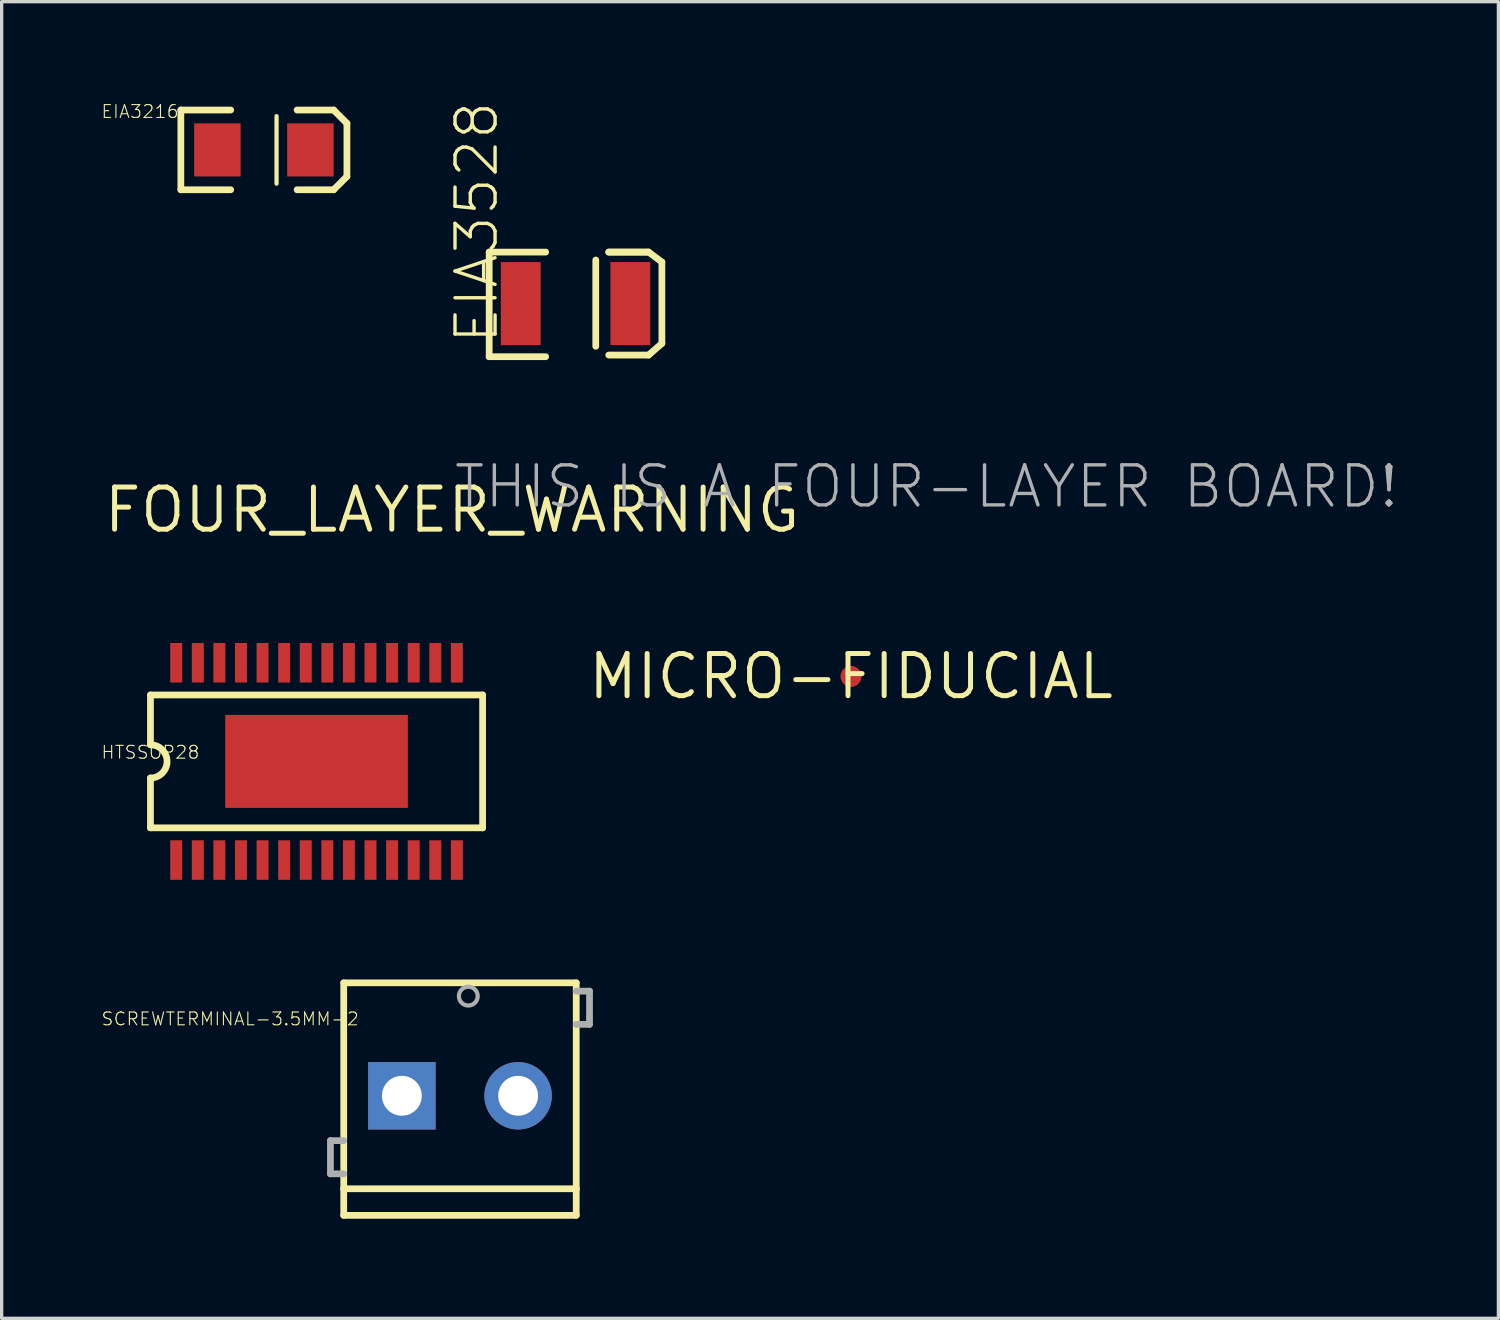
<source format=kicad_pcb>
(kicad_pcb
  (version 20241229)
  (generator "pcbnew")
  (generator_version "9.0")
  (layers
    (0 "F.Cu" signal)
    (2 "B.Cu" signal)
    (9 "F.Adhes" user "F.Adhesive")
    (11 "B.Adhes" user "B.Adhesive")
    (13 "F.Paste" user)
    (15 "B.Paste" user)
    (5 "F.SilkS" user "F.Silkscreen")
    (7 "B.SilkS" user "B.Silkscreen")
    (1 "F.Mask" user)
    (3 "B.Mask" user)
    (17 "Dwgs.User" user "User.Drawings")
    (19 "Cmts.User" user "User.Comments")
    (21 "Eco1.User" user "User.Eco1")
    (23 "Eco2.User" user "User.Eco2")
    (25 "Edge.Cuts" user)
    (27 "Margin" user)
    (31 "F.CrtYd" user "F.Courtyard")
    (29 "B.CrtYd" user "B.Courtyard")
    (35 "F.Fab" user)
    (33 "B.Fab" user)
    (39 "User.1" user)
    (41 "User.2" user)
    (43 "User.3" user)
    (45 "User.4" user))
  (footprint "FOUR_LAYER_WARNING"
    (layer "F.Cu")
    (at 10.56 12.303)
    (property "Reference" "FOUR_LAYER_WARNING" (at 0 0 0) (layer "F.SilkS") (effects (font (size 1.27 1.27) (thickness 0.15))))
    (attr through_hole)
    (fp_text user "THIS IS A FOUR-LAYER BOARD!" (at 0 0 0) (layer "F.Fab") (effects (font (size 1.206 1.206) (thickness 0.102)) (justify left bottom))))
  (footprint "SCREWTERMINAL-3.5MM-2"
    (layer "F.Cu")
    (at 9.049 29.941)
    (property "Reference" "SCREWTERMINAL-3.5MM-2" (at -1.27 -2.54 0) (layer "F.SilkS") (effects (font (size 0.386 0.386) (thickness 0.033)) (justify right top)))
    (attr through_hole)
    (fp_line (start -1.75 -3.4) (end 5.25 -3.4) (stroke (width 0.203) (type solid)) (layer "F.SilkS"))
    (fp_line (start -1.75 2.8) (end -1.75 -3.4) (stroke (width 0.203) (type solid)) (layer "F.SilkS"))
    (fp_line (start -1.75 3.6) (end -1.75 2.8) (stroke (width 0.203) (type solid)) (layer "F.SilkS"))
    (fp_line (start 5.25 -3.4) (end 5.25 2.8) (stroke (width 0.203) (type solid)) (layer "F.SilkS"))
    (fp_line (start 5.25 2.8) (end -1.75 2.8) (stroke (width 0.203) (type solid)) (layer "F.SilkS"))
    (fp_line (start 5.25 2.8) (end 5.25 3.6) (stroke (width 0.203) (type solid)) (layer "F.SilkS"))
    (fp_line (start 5.25 3.6) (end -1.75 3.6) (stroke (width 0.203) (type solid)) (layer "F.SilkS"))
    (fp_line (start -2.15 1.35) (end -2.15 2.35) (stroke (width 0.203) (type solid)) (layer "F.Fab"))
    (fp_line (start -2.15 2.35) (end -1.75 2.35) (stroke (width 0.203) (type solid)) (layer "F.Fab"))
    (fp_line (start -1.75 1.35) (end -2.15 1.35) (stroke (width 0.203) (type solid)) (layer "F.Fab"))
    (fp_line (start 5.25 -3.15) (end 5.65 -3.15) (stroke (width 0.203) (type solid)) (layer "F.Fab"))
    (fp_line (start 5.65 -3.15) (end 5.65 -2.15) (stroke (width 0.203) (type solid)) (layer "F.Fab"))
    (fp_line (start 5.65 -2.15) (end 5.25 -2.15) (stroke (width 0.203) (type solid)) (layer "F.Fab"))
    (fp_circle (center 2 -3) (end 2.283 -3) (stroke (width 0.127) (type solid)) (fill no) (layer "F.Fab"))
    (pad "1" thru_hole rect (at 0 0) (size 2.032 2.032) (drill 1.2) (layers "*.Cu" "*.Mask"))
    (pad "2" thru_hole circle (at 3.5 0) (size 2.032 2.032) (drill 1.2) (layers "*.Cu" "*.Mask")))
  (footprint "EIA3216"
    (layer "F.Cu")
    (at 4.895 1.463)
    (property "Reference" "EIA3216" (at -2.54 -1.381 0) (layer "F.SilkS") (effects (font (size 0.386 0.386) (thickness 0.033)) (justify right top)))
    (attr through_hole)
    (fp_line (start -2.5 -1.2) (end -1 -1.2) (stroke (width 0.203) (type solid)) (layer "F.SilkS"))
    (fp_line (start -2.5 1.2) (end -2.5 -1.2) (stroke (width 0.203) (type solid)) (layer "F.SilkS"))
    (fp_line (start -1 1.2) (end -2.5 1.2) (stroke (width 0.203) (type solid)) (layer "F.SilkS"))
    (fp_line (start 0.381 -1.016) (end 0.381 1.016) (stroke (width 0.127) (type solid)) (layer "F.SilkS"))
    (fp_line (start 1 1.2) (end 2.1 1.2) (stroke (width 0.203) (type solid)) (layer "F.SilkS"))
    (fp_line (start 2.1 -1.2) (end 1 -1.2) (stroke (width 0.203) (type solid)) (layer "F.SilkS"))
    (fp_line (start 2.1 1.2) (end 2.5 0.8) (stroke (width 0.203) (type solid)) (layer "F.SilkS"))
    (fp_line (start 2.5 -0.8) (end 2.1 -1.2) (stroke (width 0.203) (type solid)) (layer "F.SilkS"))
    (fp_line (start 2.5 0.8) (end 2.5 -0.8) (stroke (width 0.203) (type solid)) (layer "F.SilkS"))
    (pad "A" smd rect (at 1.4 0 90) (size 1.6 1.4) (layers "F.Cu" "F.Mask" "F.Paste"))
    (pad "C" smd rect (at -1.4 0 90) (size 1.6 1.4) (layers "F.Cu" "F.Mask" "F.Paste")))
  (footprint "EIA3528"
    (layer "F.Cu")
    (at 14.278 6.09)
    (property "Reference" "EIA3528" (at -2.27 1.27 90) (layer "F.SilkS") (effects (font (size 1.206 1.206) (thickness 0.102)) (justify left bottom)))
    (attr through_hole)
    (fp_line (start -2.6 -1.55) (end -0.9 -1.55) (stroke (width 0.203) (type solid)) (layer "F.SilkS"))
    (fp_line (start -2.6 1.6) (end -2.6 -1.55) (stroke (width 0.203) (type solid)) (layer "F.SilkS"))
    (fp_line (start -0.9 1.6) (end -2.6 1.6) (stroke (width 0.203) (type solid)) (layer "F.SilkS"))
    (fp_line (start 0.609 -1.311) (end 0.609 1.286) (stroke (width 0.203) (type solid)) (layer "F.SilkS"))
    (fp_line (start 1 1.55) (end 2.2 1.55) (stroke (width 0.203) (type solid)) (layer "F.SilkS"))
    (fp_line (start 2.2 -1.55) (end 1 -1.55) (stroke (width 0.203) (type solid)) (layer "F.SilkS"))
    (fp_line (start 2.2 -1.55) (end 1 -1.55) (stroke (width 0.203) (type solid)) (layer "F.SilkS"))
    (fp_line (start 2.2 1.55) (end 2.6 1.2) (stroke (width 0.203) (type solid)) (layer "F.SilkS"))
    (fp_line (start 2.6 -1.25) (end 2.2 -1.55) (stroke (width 0.203) (type solid)) (layer "F.SilkS"))
    (fp_line (start 2.6 1.2) (end 2.6 -1.25) (stroke (width 0.203) (type solid)) (layer "F.SilkS"))
    (pad "A" smd rect (at 1.65 0 90) (size 2.5 1.2) (layers "F.Cu" "F.Mask" "F.Paste"))
    (pad "C" smd rect (at -1.65 0 90) (size 2.5 1.2) (layers "F.Cu" "F.Mask" "F.Paste")))
  (footprint "MICRO-FIDUCIAL"
    (layer "F.Cu")
    (at 22.572 17.315)
    (property "Reference" "MICRO-FIDUCIAL" (at 0 0 0) (layer "F.SilkS") (effects (font (size 1.27 1.27) (thickness 0.15))))
    (attr through_hole)
    (pad "1" smd roundrect (at 0 0) (size 0.635 0.635) (layers "F.Cu" "F.Mask") (roundrect_rratio 0.5)))
  (footprint "HTSSOP28"
    (layer "F.Cu")
    (at 6.48 19.874)
    (property "Reference" "HTSSOP28" (at -3.5 -0.5 0) (layer "F.SilkS") (effects (font (size 0.386 0.386) (thickness 0.033)) (justify right top)))
    (attr through_hole)
    (fp_line (start -5 -2) (end -5 -0.5) (stroke (width 0.203) (type solid)) (layer "F.SilkS"))
    (fp_line (start -5 -2) (end 5 -2) (stroke (width 0.203) (type solid)) (layer "F.SilkS"))
    (fp_line (start -5 0.5) (end -5 2) (stroke (width 0.203) (type solid)) (layer "F.SilkS"))
    (fp_line (start -5 2) (end 5 2) (stroke (width 0.203) (type solid)) (layer "F.SilkS"))
    (fp_line (start 5 -2) (end 5 2) (stroke (width 0.203) (type solid)) (layer "F.SilkS"))
    (fp_arc (start -5 -0.5) (mid -4.5 0) (end -5 0.5) (stroke (width 0.2032) (type solid)) (layer "F.SilkS"))
    (pad "1" smd rect (at -4.225 2.97) (size 0.36 1.19) (layers "F.Cu" "F.Mask" "F.Paste"))
    (pad "2" smd rect (at -3.575 2.97) (size 0.36 1.19) (layers "F.Cu" "F.Mask" "F.Paste"))
    (pad "3" smd rect (at -2.925 2.97) (size 0.36 1.19) (layers "F.Cu" "F.Mask" "F.Paste"))
    (pad "4" smd rect (at -2.275 2.97) (size 0.36 1.19) (layers "F.Cu" "F.Mask" "F.Paste"))
    (pad "5" smd rect (at -1.625 2.97) (size 0.36 1.19) (layers "F.Cu" "F.Mask" "F.Paste"))
    (pad "6" smd rect (at -0.975 2.97) (size 0.36 1.19) (layers "F.Cu" "F.Mask" "F.Paste"))
    (pad "7" smd rect (at -0.325 2.97) (size 0.36 1.19) (layers "F.Cu" "F.Mask" "F.Paste"))
    (pad "8" smd rect (at 0.325 2.97) (size 0.36 1.19) (layers "F.Cu" "F.Mask" "F.Paste"))
    (pad "9" smd rect (at 0.975 2.97) (size 0.36 1.19) (layers "F.Cu" "F.Mask" "F.Paste"))
    (pad "10" smd rect (at 1.625 2.97) (size 0.36 1.19) (layers "F.Cu" "F.Mask" "F.Paste"))
    (pad "11" smd rect (at 2.275 2.97) (size 0.36 1.19) (layers "F.Cu" "F.Mask" "F.Paste"))
    (pad "12" smd rect (at 2.925 2.97) (size 0.36 1.19) (layers "F.Cu" "F.Mask" "F.Paste"))
    (pad "13" smd rect (at 3.575 2.97) (size 0.36 1.19) (layers "F.Cu" "F.Mask" "F.Paste"))
    (pad "14" smd rect (at 4.225 2.97) (size 0.36 1.19) (layers "F.Cu" "F.Mask" "F.Paste"))
    (pad "15" smd rect (at 4.225 -2.97) (size 0.36 1.19) (layers "F.Cu" "F.Mask" "F.Paste"))
    (pad "16" smd rect (at 3.575 -2.97) (size 0.36 1.19) (layers "F.Cu" "F.Mask" "F.Paste"))
    (pad "17" smd rect (at 2.925 -2.97) (size 0.36 1.19) (layers "F.Cu" "F.Mask" "F.Paste"))
    (pad "18" smd rect (at 2.275 -2.97) (size 0.36 1.19) (layers "F.Cu" "F.Mask" "F.Paste"))
    (pad "19" smd rect (at 1.625 -2.97) (size 0.36 1.19) (layers "F.Cu" "F.Mask" "F.Paste"))
    (pad "20" smd rect (at 0.975 -2.97) (size 0.36 1.19) (layers "F.Cu" "F.Mask" "F.Paste"))
    (pad "21" smd rect (at 0.325 -2.97) (size 0.36 1.19) (layers "F.Cu" "F.Mask" "F.Paste"))
    (pad "22" smd rect (at -0.325 -2.97) (size 0.36 1.19) (layers "F.Cu" "F.Mask" "F.Paste"))
    (pad "23" smd rect (at -0.975 -2.97) (size 0.36 1.19) (layers "F.Cu" "F.Mask" "F.Paste"))
    (pad "24" smd rect (at -1.625 -2.97) (size 0.36 1.19) (layers "F.Cu" "F.Mask" "F.Paste"))
    (pad "25" smd rect (at -2.275 -2.97) (size 0.36 1.19) (layers "F.Cu" "F.Mask" "F.Paste"))
    (pad "26" smd rect (at -2.925 -2.97) (size 0.36 1.19) (layers "F.Cu" "F.Mask" "F.Paste"))
    (pad "27" smd rect (at -3.575 -2.97) (size 0.36 1.19) (layers "F.Cu" "F.Mask" "F.Paste"))
    (pad "28" smd rect (at -4.225 -2.97) (size 0.36 1.19) (layers "F.Cu" "F.Mask" "F.Paste"))
    (pad "29" smd rect (at 0 0) (size 5.5 2.8) (layers "F.Cu" "F.Mask" "F.Paste")))
  (gr_rect
    (start -3 -3)
    (end 42.063 36.642)
    (stroke (width 0.1) (type default))
    (fill no)
    (layer "Edge.Cuts")))
</source>
